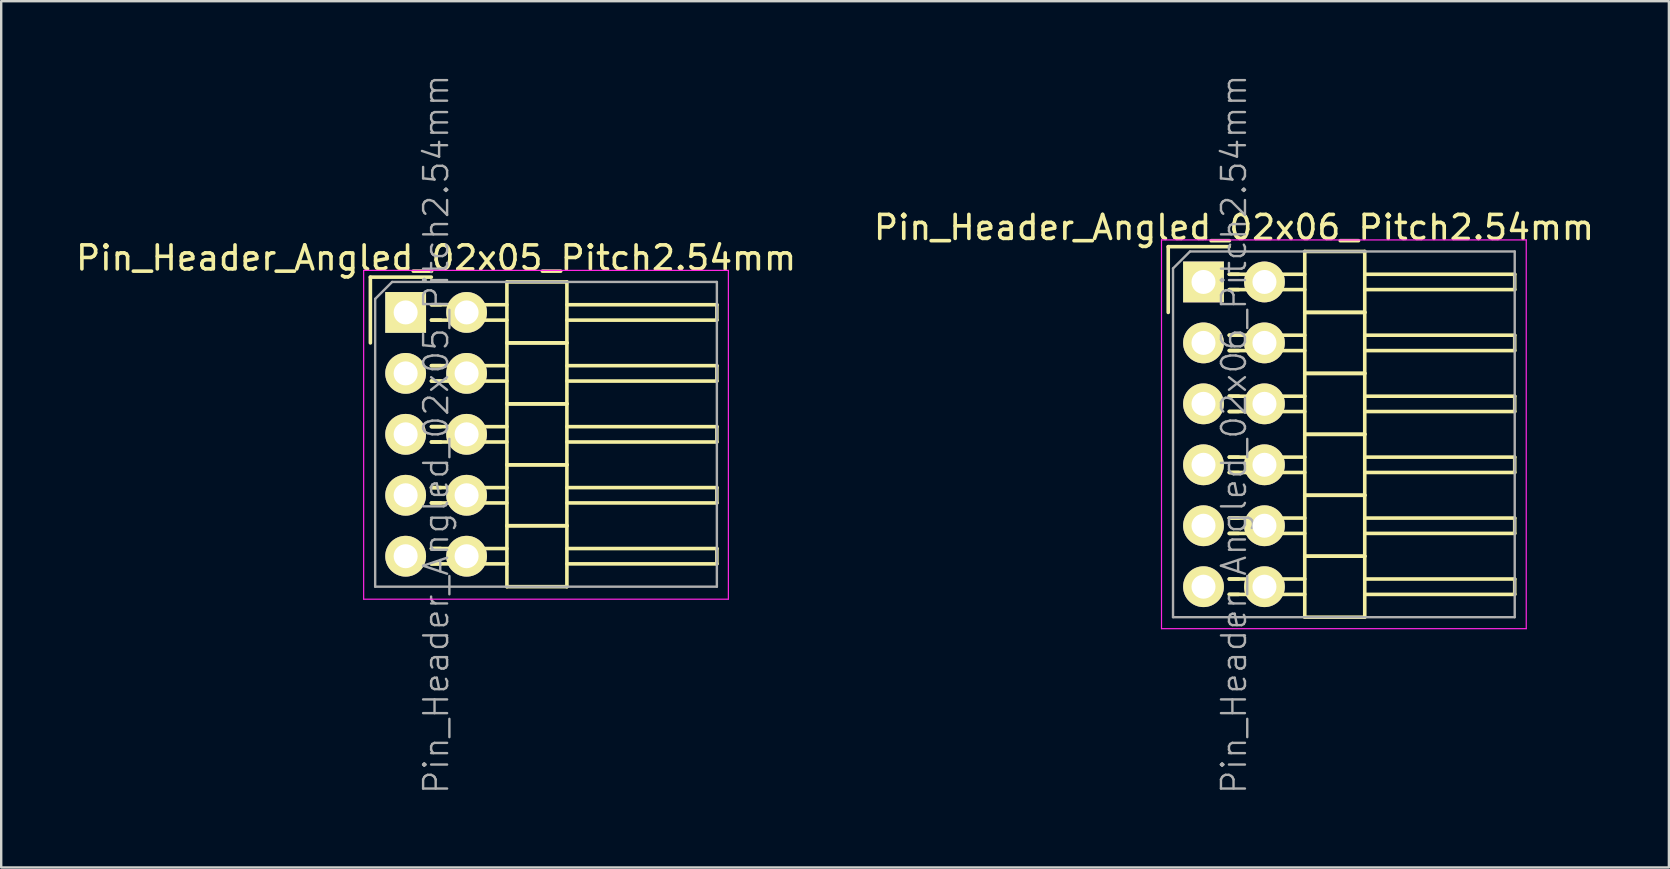
<source format=kicad_pcb>
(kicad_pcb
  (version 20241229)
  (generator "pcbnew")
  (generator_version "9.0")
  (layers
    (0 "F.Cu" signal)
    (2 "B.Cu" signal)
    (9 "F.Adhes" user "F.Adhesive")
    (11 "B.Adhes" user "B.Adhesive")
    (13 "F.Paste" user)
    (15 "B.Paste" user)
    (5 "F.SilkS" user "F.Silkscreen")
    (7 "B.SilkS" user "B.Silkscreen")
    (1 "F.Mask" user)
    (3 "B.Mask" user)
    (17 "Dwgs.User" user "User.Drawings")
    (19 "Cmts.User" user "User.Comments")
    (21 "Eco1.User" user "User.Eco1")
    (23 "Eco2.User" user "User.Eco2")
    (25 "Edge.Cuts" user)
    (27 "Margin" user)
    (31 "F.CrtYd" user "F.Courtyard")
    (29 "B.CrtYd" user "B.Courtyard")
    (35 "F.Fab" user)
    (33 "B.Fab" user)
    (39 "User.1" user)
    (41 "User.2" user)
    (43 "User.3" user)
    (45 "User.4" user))
  (footprint "Pin_Header_Angled_02x06_Pitch2.54mm"
    (layer "F.Cu")
    (at 47.105 8.7)
    (property "Reference" "Pin_Header_Angled_02x06_Pitch2.54mm" (at 1.27 -2.27 0) (layer "F.SilkS") (effects (font (size 1 1) (thickness 0.15))))
    (attr smd)
    (fp_line (start -1.47 -1.47) (end -1.47 1.27) (stroke (width 0.15) (type solid)) (layer "F.SilkS"))
    (fp_line (start -1.47 -1.47) (end 1.07 -1.47) (stroke (width 0.15) (type solid)) (layer "F.SilkS"))
    (fp_line (start 1.465 -0.32) (end 1.075 -0.32) (stroke (width 0.15) (type solid)) (layer "F.SilkS"))
    (fp_line (start 1.465 0.32) (end 1.075 0.32) (stroke (width 0.15) (type solid)) (layer "F.SilkS"))
    (fp_line (start 1.465 2.22) (end 1.075 2.22) (stroke (width 0.15) (type solid)) (layer "F.SilkS"))
    (fp_line (start 1.465 2.86) (end 1.075 2.86) (stroke (width 0.15) (type solid)) (layer "F.SilkS"))
    (fp_line (start 1.465 4.76) (end 1.075 4.76) (stroke (width 0.15) (type solid)) (layer "F.SilkS"))
    (fp_line (start 1.465 5.4) (end 1.075 5.4) (stroke (width 0.15) (type solid)) (layer "F.SilkS"))
    (fp_line (start 1.465 7.3) (end 1.075 7.3) (stroke (width 0.15) (type solid)) (layer "F.SilkS"))
    (fp_line (start 1.465 7.94) (end 1.075 7.94) (stroke (width 0.15) (type solid)) (layer "F.SilkS"))
    (fp_line (start 1.465 9.84) (end 1.075 9.84) (stroke (width 0.15) (type solid)) (layer "F.SilkS"))
    (fp_line (start 1.465 10.48) (end 1.075 10.48) (stroke (width 0.15) (type solid)) (layer "F.SilkS"))
    (fp_line (start 1.465 12.38) (end 1.075 12.38) (stroke (width 0.15) (type solid)) (layer "F.SilkS"))
    (fp_line (start 1.465 13.02) (end 1.075 13.02) (stroke (width 0.15) (type solid)) (layer "F.SilkS"))
    (fp_line (start 4.22 -0.32) (end 1.075 -0.32) (stroke (width 0.15) (type solid)) (layer "F.SilkS"))
    (fp_line (start 4.22 0.32) (end 1.075 0.32) (stroke (width 0.15) (type solid)) (layer "F.SilkS"))
    (fp_line (start 4.22 1.27) (end 4.22 -1.27) (stroke (width 0.15) (type solid)) (layer "F.SilkS"))
    (fp_line (start 4.22 2.22) (end 1.075 2.22) (stroke (width 0.15) (type solid)) (layer "F.SilkS"))
    (fp_line (start 4.22 2.86) (end 1.075 2.86) (stroke (width 0.15) (type solid)) (layer "F.SilkS"))
    (fp_line (start 4.22 3.81) (end 4.22 1.27) (stroke (width 0.15) (type solid)) (layer "F.SilkS"))
    (fp_line (start 4.22 4.76) (end 1.075 4.76) (stroke (width 0.15) (type solid)) (layer "F.SilkS"))
    (fp_line (start 4.22 5.4) (end 1.075 5.4) (stroke (width 0.15) (type solid)) (layer "F.SilkS"))
    (fp_line (start 4.22 6.35) (end 4.22 3.81) (stroke (width 0.15) (type solid)) (layer "F.SilkS"))
    (fp_line (start 4.22 7.3) (end 1.075 7.3) (stroke (width 0.15) (type solid)) (layer "F.SilkS"))
    (fp_line (start 4.22 7.94) (end 1.075 7.94) (stroke (width 0.15) (type solid)) (layer "F.SilkS"))
    (fp_line (start 4.22 8.89) (end 4.22 6.35) (stroke (width 0.15) (type solid)) (layer "F.SilkS"))
    (fp_line (start 4.22 9.84) (end 1.075 9.84) (stroke (width 0.15) (type solid)) (layer "F.SilkS"))
    (fp_line (start 4.22 10.48) (end 1.075 10.48) (stroke (width 0.15) (type solid)) (layer "F.SilkS"))
    (fp_line (start 4.22 11.43) (end 4.22 8.89) (stroke (width 0.15) (type solid)) (layer "F.SilkS"))
    (fp_line (start 4.22 12.38) (end 1.075 12.38) (stroke (width 0.15) (type solid)) (layer "F.SilkS"))
    (fp_line (start 4.22 13.02) (end 1.075 13.02) (stroke (width 0.15) (type solid)) (layer "F.SilkS"))
    (fp_line (start 4.22 13.97) (end 4.22 11.43) (stroke (width 0.15) (type solid)) (layer "F.SilkS"))
    (fp_line (start 6.72 -1.27) (end 4.22 -1.27) (stroke (width 0.15) (type solid)) (layer "F.SilkS"))
    (fp_line (start 6.72 -0.32) (end 12.97 -0.32) (stroke (width 0.15) (type solid)) (layer "F.SilkS"))
    (fp_line (start 6.72 0.32) (end 12.97 0.32) (stroke (width 0.15) (type solid)) (layer "F.SilkS"))
    (fp_line (start 6.72 1.27) (end 4.22 1.27) (stroke (width 0.15) (type solid)) (layer "F.SilkS"))
    (fp_line (start 6.72 1.27) (end 4.22 1.27) (stroke (width 0.15) (type solid)) (layer "F.SilkS"))
    (fp_line (start 6.72 1.27) (end 6.72 -1.27) (stroke (width 0.15) (type solid)) (layer "F.SilkS"))
    (fp_line (start 6.72 2.22) (end 12.97 2.22) (stroke (width 0.15) (type solid)) (layer "F.SilkS"))
    (fp_line (start 6.72 2.86) (end 12.97 2.86) (stroke (width 0.15) (type solid)) (layer "F.SilkS"))
    (fp_line (start 6.72 3.81) (end 4.22 3.81) (stroke (width 0.15) (type solid)) (layer "F.SilkS"))
    (fp_line (start 6.72 3.81) (end 4.22 3.81) (stroke (width 0.15) (type solid)) (layer "F.SilkS"))
    (fp_line (start 6.72 3.81) (end 6.72 1.27) (stroke (width 0.15) (type solid)) (layer "F.SilkS"))
    (fp_line (start 6.72 4.76) (end 12.97 4.76) (stroke (width 0.15) (type solid)) (layer "F.SilkS"))
    (fp_line (start 6.72 5.4) (end 12.97 5.4) (stroke (width 0.15) (type solid)) (layer "F.SilkS"))
    (fp_line (start 6.72 6.35) (end 4.22 6.35) (stroke (width 0.15) (type solid)) (layer "F.SilkS"))
    (fp_line (start 6.72 6.35) (end 4.22 6.35) (stroke (width 0.15) (type solid)) (layer "F.SilkS"))
    (fp_line (start 6.72 6.35) (end 6.72 3.81) (stroke (width 0.15) (type solid)) (layer "F.SilkS"))
    (fp_line (start 6.72 7.3) (end 12.97 7.3) (stroke (width 0.15) (type solid)) (layer "F.SilkS"))
    (fp_line (start 6.72 7.94) (end 12.97 7.94) (stroke (width 0.15) (type solid)) (layer "F.SilkS"))
    (fp_line (start 6.72 8.89) (end 4.22 8.89) (stroke (width 0.15) (type solid)) (layer "F.SilkS"))
    (fp_line (start 6.72 8.89) (end 4.22 8.89) (stroke (width 0.15) (type solid)) (layer "F.SilkS"))
    (fp_line (start 6.72 8.89) (end 6.72 6.35) (stroke (width 0.15) (type solid)) (layer "F.SilkS"))
    (fp_line (start 6.72 9.84) (end 12.97 9.84) (stroke (width 0.15) (type solid)) (layer "F.SilkS"))
    (fp_line (start 6.72 10.48) (end 12.97 10.48) (stroke (width 0.15) (type solid)) (layer "F.SilkS"))
    (fp_line (start 6.72 11.43) (end 4.22 11.43) (stroke (width 0.15) (type solid)) (layer "F.SilkS"))
    (fp_line (start 6.72 11.43) (end 4.22 11.43) (stroke (width 0.15) (type solid)) (layer "F.SilkS"))
    (fp_line (start 6.72 11.43) (end 6.72 8.89) (stroke (width 0.15) (type solid)) (layer "F.SilkS"))
    (fp_line (start 6.72 12.38) (end 12.97 12.38) (stroke (width 0.15) (type solid)) (layer "F.SilkS"))
    (fp_line (start 6.72 13.02) (end 12.97 13.02) (stroke (width 0.15) (type solid)) (layer "F.SilkS"))
    (fp_line (start 6.72 13.97) (end 4.22 13.97) (stroke (width 0.15) (type solid)) (layer "F.SilkS"))
    (fp_line (start 6.72 13.97) (end 6.72 11.43) (stroke (width 0.15) (type solid)) (layer "F.SilkS"))
    (fp_line (start 12.97 0.32) (end 12.97 -0.32) (stroke (width 0.15) (type solid)) (layer "F.SilkS"))
    (fp_line (start 12.97 2.86) (end 12.97 2.22) (stroke (width 0.15) (type solid)) (layer "F.SilkS"))
    (fp_line (start 12.97 5.4) (end 12.97 4.76) (stroke (width 0.15) (type solid)) (layer "F.SilkS"))
    (fp_line (start 12.97 7.94) (end 12.97 7.3) (stroke (width 0.15) (type solid)) (layer "F.SilkS"))
    (fp_line (start 12.97 10.48) (end 12.97 9.84) (stroke (width 0.15) (type solid)) (layer "F.SilkS"))
    (fp_line (start 12.97 13.02) (end 12.97 12.38) (stroke (width 0.15) (type solid)) (layer "F.SilkS"))
    (fp_line (start -1.75 -1.75) (end -1.75 14.45) (stroke (width 0.05) (type solid)) (layer "F.CrtYd"))
    (fp_line (start 13.45 -1.75) (end -1.75 -1.75) (stroke (width 0.05) (type solid)) (layer "F.CrtYd"))
    (fp_line (start 13.45 -1.75) (end 13.45 14.45) (stroke (width 0.05) (type solid)) (layer "F.CrtYd"))
    (fp_line (start 13.45 14.45) (end -1.75 14.45) (stroke (width 0.05) (type solid)) (layer "F.CrtYd"))
    (fp_line (start -1.27 -0.563) (end -0.563 -1.27) (stroke (width 0.1) (type solid)) (layer "F.Fab"))
    (fp_line (start -1.27 13.97) (end -1.27 -0.563) (stroke (width 0.1) (type solid)) (layer "F.Fab"))
    (fp_line (start 12.97 -1.27) (end -0.563 -1.27) (stroke (width 0.1) (type solid)) (layer "F.Fab"))
    (fp_line (start 12.97 13.97) (end -1.27 13.97) (stroke (width 0.1) (type solid)) (layer "F.Fab"))
    (fp_line (start 12.97 13.97) (end 12.97 -1.27) (stroke (width 0.1) (type solid)) (layer "F.Fab"))
    (fp_text user "${REFERENCE}" (at 1.27 6.35 90) (layer "F.Fab") (effects (font (size 1 1) (thickness 0.1))))
    (pad "1" thru_hole rect (at 0 0) (size 1.7 1.7) (drill 1) (layers "*.Cu" "*.Mask" "F.SilkS"))
    (pad "2" thru_hole oval (at 2.54 0) (size 1.7 1.7) (drill 1) (layers "*.Cu" "*.Mask" "F.SilkS"))
    (pad "3" thru_hole oval (at 0 2.54) (size 1.7 1.7) (drill 1) (layers "*.Cu" "*.Mask" "F.SilkS"))
    (pad "4" thru_hole oval (at 2.54 2.54) (size 1.7 1.7) (drill 1) (layers "*.Cu" "*.Mask" "F.SilkS"))
    (pad "5" thru_hole oval (at 0 5.08) (size 1.7 1.7) (drill 1) (layers "*.Cu" "*.Mask" "F.SilkS"))
    (pad "6" thru_hole oval (at 2.54 5.08) (size 1.7 1.7) (drill 1) (layers "*.Cu" "*.Mask" "F.SilkS"))
    (pad "7" thru_hole oval (at 0 7.62) (size 1.7 1.7) (drill 1) (layers "*.Cu" "*.Mask" "F.SilkS"))
    (pad "8" thru_hole oval (at 2.54 7.62) (size 1.7 1.7) (drill 1) (layers "*.Cu" "*.Mask" "F.SilkS"))
    (pad "9" thru_hole oval (at 0 10.16) (size 1.7 1.7) (drill 1) (layers "*.Cu" "*.Mask" "F.SilkS"))
    (pad "10" thru_hole oval (at 2.54 10.16) (size 1.7 1.7) (drill 1) (layers "*.Cu" "*.Mask" "F.SilkS"))
    (pad "11" thru_hole oval (at 0 12.7) (size 1.7 1.7) (drill 1) (layers "*.Cu" "*.Mask" "F.SilkS"))
    (pad "12" thru_hole oval (at 2.54 12.7) (size 1.7 1.7) (drill 1) (layers "*.Cu" "*.Mask" "F.SilkS")))
  (footprint "Pin_Header_Angled_02x05_Pitch2.54mm"
    (layer "F.Cu")
    (at 13.855 9.97)
    (property "Reference" "Pin_Header_Angled_02x05_Pitch2.54mm" (at 1.27 -2.27 0) (layer "F.SilkS") (effects (font (size 1 1) (thickness 0.15))))
    (attr smd)
    (fp_line (start -1.47 -1.47) (end -1.47 1.27) (stroke (width 0.15) (type solid)) (layer "F.SilkS"))
    (fp_line (start -1.47 -1.47) (end 1.07 -1.47) (stroke (width 0.15) (type solid)) (layer "F.SilkS"))
    (fp_line (start 1.465 -0.32) (end 1.075 -0.32) (stroke (width 0.15) (type solid)) (layer "F.SilkS"))
    (fp_line (start 1.465 0.32) (end 1.075 0.32) (stroke (width 0.15) (type solid)) (layer "F.SilkS"))
    (fp_line (start 1.465 2.22) (end 1.075 2.22) (stroke (width 0.15) (type solid)) (layer "F.SilkS"))
    (fp_line (start 1.465 2.86) (end 1.075 2.86) (stroke (width 0.15) (type solid)) (layer "F.SilkS"))
    (fp_line (start 1.465 4.76) (end 1.075 4.76) (stroke (width 0.15) (type solid)) (layer "F.SilkS"))
    (fp_line (start 1.465 5.4) (end 1.075 5.4) (stroke (width 0.15) (type solid)) (layer "F.SilkS"))
    (fp_line (start 1.465 7.3) (end 1.075 7.3) (stroke (width 0.15) (type solid)) (layer "F.SilkS"))
    (fp_line (start 1.465 7.94) (end 1.075 7.94) (stroke (width 0.15) (type solid)) (layer "F.SilkS"))
    (fp_line (start 1.465 9.84) (end 1.075 9.84) (stroke (width 0.15) (type solid)) (layer "F.SilkS"))
    (fp_line (start 1.465 10.48) (end 1.075 10.48) (stroke (width 0.15) (type solid)) (layer "F.SilkS"))
    (fp_line (start 4.22 -0.32) (end 1.075 -0.32) (stroke (width 0.15) (type solid)) (layer "F.SilkS"))
    (fp_line (start 4.22 0.32) (end 1.075 0.32) (stroke (width 0.15) (type solid)) (layer "F.SilkS"))
    (fp_line (start 4.22 1.27) (end 4.22 -1.27) (stroke (width 0.15) (type solid)) (layer "F.SilkS"))
    (fp_line (start 4.22 2.22) (end 1.075 2.22) (stroke (width 0.15) (type solid)) (layer "F.SilkS"))
    (fp_line (start 4.22 2.86) (end 1.075 2.86) (stroke (width 0.15) (type solid)) (layer "F.SilkS"))
    (fp_line (start 4.22 3.81) (end 4.22 1.27) (stroke (width 0.15) (type solid)) (layer "F.SilkS"))
    (fp_line (start 4.22 4.76) (end 1.075 4.76) (stroke (width 0.15) (type solid)) (layer "F.SilkS"))
    (fp_line (start 4.22 5.4) (end 1.075 5.4) (stroke (width 0.15) (type solid)) (layer "F.SilkS"))
    (fp_line (start 4.22 6.35) (end 4.22 3.81) (stroke (width 0.15) (type solid)) (layer "F.SilkS"))
    (fp_line (start 4.22 7.3) (end 1.075 7.3) (stroke (width 0.15) (type solid)) (layer "F.SilkS"))
    (fp_line (start 4.22 7.94) (end 1.075 7.94) (stroke (width 0.15) (type solid)) (layer "F.SilkS"))
    (fp_line (start 4.22 8.89) (end 4.22 6.35) (stroke (width 0.15) (type solid)) (layer "F.SilkS"))
    (fp_line (start 4.22 9.84) (end 1.075 9.84) (stroke (width 0.15) (type solid)) (layer "F.SilkS"))
    (fp_line (start 4.22 10.48) (end 1.075 10.48) (stroke (width 0.15) (type solid)) (layer "F.SilkS"))
    (fp_line (start 4.22 11.43) (end 4.22 8.89) (stroke (width 0.15) (type solid)) (layer "F.SilkS"))
    (fp_line (start 6.72 -1.27) (end 4.22 -1.27) (stroke (width 0.15) (type solid)) (layer "F.SilkS"))
    (fp_line (start 6.72 -0.32) (end 12.97 -0.32) (stroke (width 0.15) (type solid)) (layer "F.SilkS"))
    (fp_line (start 6.72 0.32) (end 12.97 0.32) (stroke (width 0.15) (type solid)) (layer "F.SilkS"))
    (fp_line (start 6.72 1.27) (end 4.22 1.27) (stroke (width 0.15) (type solid)) (layer "F.SilkS"))
    (fp_line (start 6.72 1.27) (end 4.22 1.27) (stroke (width 0.15) (type solid)) (layer "F.SilkS"))
    (fp_line (start 6.72 1.27) (end 6.72 -1.27) (stroke (width 0.15) (type solid)) (layer "F.SilkS"))
    (fp_line (start 6.72 2.22) (end 12.97 2.22) (stroke (width 0.15) (type solid)) (layer "F.SilkS"))
    (fp_line (start 6.72 2.86) (end 12.97 2.86) (stroke (width 0.15) (type solid)) (layer "F.SilkS"))
    (fp_line (start 6.72 3.81) (end 4.22 3.81) (stroke (width 0.15) (type solid)) (layer "F.SilkS"))
    (fp_line (start 6.72 3.81) (end 4.22 3.81) (stroke (width 0.15) (type solid)) (layer "F.SilkS"))
    (fp_line (start 6.72 3.81) (end 6.72 1.27) (stroke (width 0.15) (type solid)) (layer "F.SilkS"))
    (fp_line (start 6.72 4.76) (end 12.97 4.76) (stroke (width 0.15) (type solid)) (layer "F.SilkS"))
    (fp_line (start 6.72 5.4) (end 12.97 5.4) (stroke (width 0.15) (type solid)) (layer "F.SilkS"))
    (fp_line (start 6.72 6.35) (end 4.22 6.35) (stroke (width 0.15) (type solid)) (layer "F.SilkS"))
    (fp_line (start 6.72 6.35) (end 4.22 6.35) (stroke (width 0.15) (type solid)) (layer "F.SilkS"))
    (fp_line (start 6.72 6.35) (end 6.72 3.81) (stroke (width 0.15) (type solid)) (layer "F.SilkS"))
    (fp_line (start 6.72 7.3) (end 12.97 7.3) (stroke (width 0.15) (type solid)) (layer "F.SilkS"))
    (fp_line (start 6.72 7.94) (end 12.97 7.94) (stroke (width 0.15) (type solid)) (layer "F.SilkS"))
    (fp_line (start 6.72 8.89) (end 4.22 8.89) (stroke (width 0.15) (type solid)) (layer "F.SilkS"))
    (fp_line (start 6.72 8.89) (end 4.22 8.89) (stroke (width 0.15) (type solid)) (layer "F.SilkS"))
    (fp_line (start 6.72 8.89) (end 6.72 6.35) (stroke (width 0.15) (type solid)) (layer "F.SilkS"))
    (fp_line (start 6.72 9.84) (end 12.97 9.84) (stroke (width 0.15) (type solid)) (layer "F.SilkS"))
    (fp_line (start 6.72 10.48) (end 12.97 10.48) (stroke (width 0.15) (type solid)) (layer "F.SilkS"))
    (fp_line (start 6.72 11.43) (end 4.22 11.43) (stroke (width 0.15) (type solid)) (layer "F.SilkS"))
    (fp_line (start 6.72 11.43) (end 6.72 8.89) (stroke (width 0.15) (type solid)) (layer "F.SilkS"))
    (fp_line (start 12.97 0.32) (end 12.97 -0.32) (stroke (width 0.15) (type solid)) (layer "F.SilkS"))
    (fp_line (start 12.97 2.86) (end 12.97 2.22) (stroke (width 0.15) (type solid)) (layer "F.SilkS"))
    (fp_line (start 12.97 5.4) (end 12.97 4.76) (stroke (width 0.15) (type solid)) (layer "F.SilkS"))
    (fp_line (start 12.97 7.94) (end 12.97 7.3) (stroke (width 0.15) (type solid)) (layer "F.SilkS"))
    (fp_line (start 12.97 10.48) (end 12.97 9.84) (stroke (width 0.15) (type solid)) (layer "F.SilkS"))
    (fp_line (start -1.75 -1.75) (end -1.75 11.95) (stroke (width 0.05) (type solid)) (layer "F.CrtYd"))
    (fp_line (start 13.45 -1.75) (end -1.75 -1.75) (stroke (width 0.05) (type solid)) (layer "F.CrtYd"))
    (fp_line (start 13.45 -1.75) (end 13.45 11.95) (stroke (width 0.05) (type solid)) (layer "F.CrtYd"))
    (fp_line (start 13.45 11.95) (end -1.75 11.95) (stroke (width 0.05) (type solid)) (layer "F.CrtYd"))
    (fp_line (start -1.27 -0.563) (end -0.563 -1.27) (stroke (width 0.1) (type solid)) (layer "F.Fab"))
    (fp_line (start -1.27 11.43) (end -1.27 -0.563) (stroke (width 0.1) (type solid)) (layer "F.Fab"))
    (fp_line (start 12.97 -1.27) (end -0.563 -1.27) (stroke (width 0.1) (type solid)) (layer "F.Fab"))
    (fp_line (start 12.97 11.43) (end -1.27 11.43) (stroke (width 0.1) (type solid)) (layer "F.Fab"))
    (fp_line (start 12.97 11.43) (end 12.97 -1.27) (stroke (width 0.1) (type solid)) (layer "F.Fab"))
    (fp_text user "${REFERENCE}" (at 1.27 5.08 90) (layer "F.Fab") (effects (font (size 1 1) (thickness 0.1))))
    (pad "1" thru_hole rect (at 0 0) (size 1.7 1.7) (drill 1) (layers "*.Cu" "*.Mask" "F.SilkS"))
    (pad "2" thru_hole oval (at 2.54 0) (size 1.7 1.7) (drill 1) (layers "*.Cu" "*.Mask" "F.SilkS"))
    (pad "3" thru_hole oval (at 0 2.54) (size 1.7 1.7) (drill 1) (layers "*.Cu" "*.Mask" "F.SilkS"))
    (pad "4" thru_hole oval (at 2.54 2.54) (size 1.7 1.7) (drill 1) (layers "*.Cu" "*.Mask" "F.SilkS"))
    (pad "5" thru_hole oval (at 0 5.08) (size 1.7 1.7) (drill 1) (layers "*.Cu" "*.Mask" "F.SilkS"))
    (pad "6" thru_hole oval (at 2.54 5.08) (size 1.7 1.7) (drill 1) (layers "*.Cu" "*.Mask" "F.SilkS"))
    (pad "7" thru_hole oval (at 0 7.62) (size 1.7 1.7) (drill 1) (layers "*.Cu" "*.Mask" "F.SilkS"))
    (pad "8" thru_hole oval (at 2.54 7.62) (size 1.7 1.7) (drill 1) (layers "*.Cu" "*.Mask" "F.SilkS"))
    (pad "9" thru_hole oval (at 0 10.16) (size 1.7 1.7) (drill 1) (layers "*.Cu" "*.Mask" "F.SilkS"))
    (pad "10" thru_hole oval (at 2.54 10.16) (size 1.7 1.7) (drill 1) (layers "*.Cu" "*.Mask" "F.SilkS")))
  (gr_rect
    (start -3 -3)
    (end 66.5 33.1)
    (stroke (width 0.1) (type default))
    (fill no)
    (layer "Edge.Cuts")))
</source>
